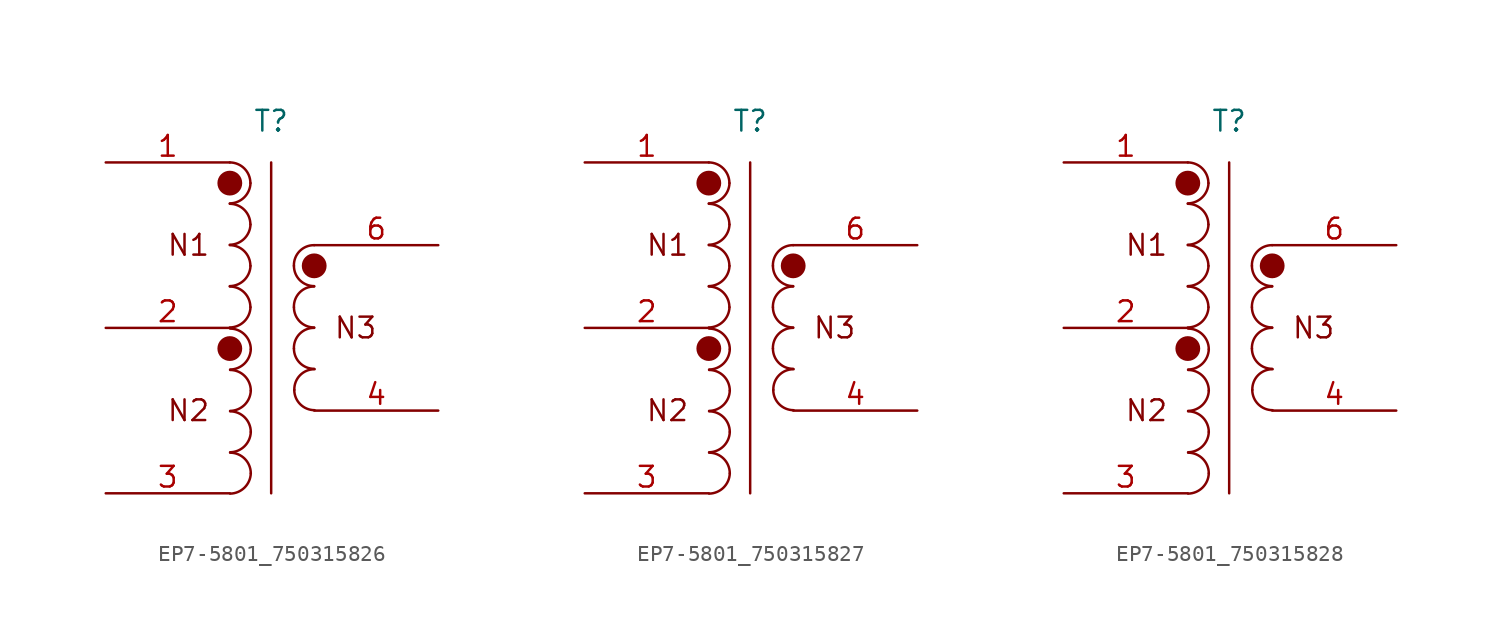
<source format=kicad_sym>
(kicad_symbol_lib
  (version 20220914)
  (generator kicad_symbol_editor)
  (symbol "EP7-5801_750315826"
    (pin_names hide)
    (property "Reference" "T"
      (at 0 12.7 0)
      (effects (font (size 1.27 1.27))))
    (property "Critical Parameter" ""
      (at 0 -5.08 0)
      (effects (font (size 1.27 1.27))))
    (symbol "EP7-5801_750315826_0_1"
      (arc (start -2.54 0.0254) (mid -1.6561 0.3937) (end -1.27 1.27) (stroke (width 0) (type default)) (fill (type none)))
      (arc (start -2.54 2.5654) (mid -1.6561 2.9337) (end -1.27 3.81) (stroke (width 0) (type default)) (fill (type none)))
      (arc (start -2.54 5.1054) (mid -1.6561 5.4737) (end -1.27 6.35) (stroke (width 0) (type default)) (fill (type none)))
      (arc (start -2.54 7.6454) (mid -1.6561 8.0137) (end -1.27 8.89) (stroke (width 0) (type default)) (fill (type none)))
      (arc (start -2.5215 -10.1791) (mid -1.6376 -9.8108) (end -1.2515 -8.9345) (stroke (width 0) (type default)) (fill (type none)))
      (arc (start -2.5215 -7.6391) (mid -1.6376 -7.2708) (end -1.2515 -6.3945) (stroke (width 0) (type default)) (fill (type none)))
      (arc (start -2.5215 -5.0991) (mid -1.6376 -4.7308) (end -1.2515 -3.8545) (stroke (width 0) (type default)) (fill (type none)))
      (arc (start -2.5215 -2.5591) (mid -1.6376 -2.1908) (end -1.2515 -1.3145) (stroke (width 0) (type default)) (fill (type none)))
      (arc (start -1.27 1.27) (mid -1.642 2.168) (end -2.54 2.54) (stroke (width 0) (type default)) (fill (type none)))
      (arc (start -1.27 3.81) (mid -1.642 4.708) (end -2.54 5.08) (stroke (width 0) (type default)) (fill (type none)))
      (arc (start -1.27 6.35) (mid -1.642 7.248) (end -2.54 7.62) (stroke (width 0) (type default)) (fill (type none)))
      (arc (start -1.27 8.89) (mid -1.642 9.788) (end -2.54 10.16) (stroke (width 0) (type default)) (fill (type none)))
      (arc (start -1.2515 -8.9345) (mid -1.6235 -8.0365) (end -2.5215 -7.6645) (stroke (width 0) (type default)) (fill (type none)))
      (arc (start -1.2515 -6.3945) (mid -1.6235 -5.4965) (end -2.5215 -5.1245) (stroke (width 0) (type default)) (fill (type none)))
      (arc (start -1.2515 -3.8545) (mid -1.6235 -2.9565) (end -2.5215 -2.5845) (stroke (width 0) (type default)) (fill (type none)))
      (arc (start -1.2515 -1.3145) (mid -1.6235 -0.4165) (end -2.5215 -0.0445) (stroke (width 0) (type default)) (fill (type none)))
      (polyline (pts (xy 0 10.16) (xy 0 -10.16)) (stroke (width 0) (type default)) (fill (type none)))
      (arc (start 1.397 -1.27) (mid 1.7615 -2.1501) (end 2.6416 -2.5146) (stroke (width 0) (type default)) (fill (type none)))
      (arc (start 1.397 1.27) (mid 1.7615 0.3899) (end 2.6416 0.0254) (stroke (width 0) (type default)) (fill (type none)))
      (arc (start 1.397 3.81) (mid 1.7615 2.9299) (end 2.6416 2.5654) (stroke (width 0) (type default)) (fill (type none)))
      (arc (start 1.4224 -3.81) (mid 1.787 -4.6899) (end 2.667 -5.0546) (stroke (width 0) (type default)) (fill (type none)))
      (arc (start 2.6416 0) (mid 1.7474 -0.3685) (end 1.397 -1.27) (stroke (width 0) (type default)) (fill (type none)))
      (arc (start 2.6416 2.54) (mid 1.7474 2.1715) (end 1.397 1.27) (stroke (width 0) (type default)) (fill (type none)))
      (arc (start 2.6416 5.08) (mid 1.7474 4.7115) (end 1.397 3.81) (stroke (width 0) (type default)) (fill (type none)))
      (arc (start 2.667 -2.54) (mid 1.7725 -2.9083) (end 1.4224 -3.81) (stroke (width 0) (type default)) (fill (type none))))
    (symbol "EP7-5801_750315826_1_1"
      (circle (center -2.54 -1.27) (radius 0.0001) (stroke (width 0.762) (type default)) (fill (type none)))
      (circle (center -2.54 8.89) (radius 0.0001) (stroke (width 0.762) (type default)) (fill (type none)))
      (circle (center 2.642 3.81) (radius 0.0001) (stroke (width 0.762) (type default)) (fill (type none)))
      (text "N1" (at -5.08 5.08 0) (effects (font (size 1.27 1.27))))
      (text "N2" (at -5.08 -5.08 0) (effects (font (size 1.27 1.27))))
      (text "N3" (at 5.182 0 0) (effects (font (size 1.27 1.27))))
      (pin passive line (at -10.16 10.16 0) (length 7.62) (name "1" (effects (font (size 1.27 1.27)))) (number "1" (effects (font (size 1.27 1.27)))))
      (pin passive line (at -10.16 0 0) (length 7.62) (name "2" (effects (font (size 1.27 1.27)))) (number "2" (effects (font (size 1.27 1.27)))))
      (pin passive line (at -10.16 -10.16 0) (length 7.62) (name "3" (effects (font (size 1.27 1.27)))) (number "3" (effects (font (size 1.27 1.27)))))
      (pin passive line (at 10.262 -5.08 180) (length 7.62) (name "4" (effects (font (size 1.27 1.27)))) (number "4" (effects (font (size 1.27 1.27)))))
      (pin passive line (at 10.262 5.08 180) (length 7.62) (name "6" (effects (font (size 1.27 1.27)))) (number "6" (effects (font (size 1.27 1.27)))))))
  (symbol "EP7-5801_750315827"
    (pin_names hide)
    (property "Reference" "T"
      (at 0 12.7 0)
      (effects (font (size 1.27 1.27))))
    (property "Critical Parameter" ""
      (at 0 -5.08 0)
      (effects (font (size 1.27 1.27))))
    (symbol "EP7-5801_750315827_0_1"
      (arc (start -2.54 0.0254) (mid -1.6561 0.3937) (end -1.27 1.27) (stroke (width 0) (type default)) (fill (type none)))
      (arc (start -2.54 2.5654) (mid -1.6561 2.9337) (end -1.27 3.81) (stroke (width 0) (type default)) (fill (type none)))
      (arc (start -2.54 5.1054) (mid -1.6561 5.4737) (end -1.27 6.35) (stroke (width 0) (type default)) (fill (type none)))
      (arc (start -2.54 7.6454) (mid -1.6561 8.0137) (end -1.27 8.89) (stroke (width 0) (type default)) (fill (type none)))
      (arc (start -2.5215 -10.1791) (mid -1.6376 -9.8108) (end -1.2515 -8.9345) (stroke (width 0) (type default)) (fill (type none)))
      (arc (start -2.5215 -7.6391) (mid -1.6376 -7.2708) (end -1.2515 -6.3945) (stroke (width 0) (type default)) (fill (type none)))
      (arc (start -2.5215 -5.0991) (mid -1.6376 -4.7308) (end -1.2515 -3.8545) (stroke (width 0) (type default)) (fill (type none)))
      (arc (start -2.5215 -2.5591) (mid -1.6376 -2.1908) (end -1.2515 -1.3145) (stroke (width 0) (type default)) (fill (type none)))
      (arc (start -1.27 1.27) (mid -1.642 2.168) (end -2.54 2.54) (stroke (width 0) (type default)) (fill (type none)))
      (arc (start -1.27 3.81) (mid -1.642 4.708) (end -2.54 5.08) (stroke (width 0) (type default)) (fill (type none)))
      (arc (start -1.27 6.35) (mid -1.642 7.248) (end -2.54 7.62) (stroke (width 0) (type default)) (fill (type none)))
      (arc (start -1.27 8.89) (mid -1.642 9.788) (end -2.54 10.16) (stroke (width 0) (type default)) (fill (type none)))
      (arc (start -1.2515 -8.9345) (mid -1.6235 -8.0365) (end -2.5215 -7.6645) (stroke (width 0) (type default)) (fill (type none)))
      (arc (start -1.2515 -6.3945) (mid -1.6235 -5.4965) (end -2.5215 -5.1245) (stroke (width 0) (type default)) (fill (type none)))
      (arc (start -1.2515 -3.8545) (mid -1.6235 -2.9565) (end -2.5215 -2.5845) (stroke (width 0) (type default)) (fill (type none)))
      (arc (start -1.2515 -1.3145) (mid -1.6235 -0.4165) (end -2.5215 -0.0445) (stroke (width 0) (type default)) (fill (type none)))
      (polyline (pts (xy 0 10.16) (xy 0 -10.16)) (stroke (width 0) (type default)) (fill (type none)))
      (arc (start 1.397 -1.27) (mid 1.7615 -2.1501) (end 2.6416 -2.5146) (stroke (width 0) (type default)) (fill (type none)))
      (arc (start 1.397 1.27) (mid 1.7615 0.3899) (end 2.6416 0.0254) (stroke (width 0) (type default)) (fill (type none)))
      (arc (start 1.397 3.81) (mid 1.7615 2.9299) (end 2.6416 2.5654) (stroke (width 0) (type default)) (fill (type none)))
      (arc (start 1.4224 -3.81) (mid 1.787 -4.6899) (end 2.667 -5.0546) (stroke (width 0) (type default)) (fill (type none)))
      (arc (start 2.6416 0) (mid 1.7474 -0.3685) (end 1.397 -1.27) (stroke (width 0) (type default)) (fill (type none)))
      (arc (start 2.6416 2.54) (mid 1.7474 2.1715) (end 1.397 1.27) (stroke (width 0) (type default)) (fill (type none)))
      (arc (start 2.6416 5.08) (mid 1.7474 4.7115) (end 1.397 3.81) (stroke (width 0) (type default)) (fill (type none)))
      (arc (start 2.667 -2.54) (mid 1.7725 -2.9083) (end 1.4224 -3.81) (stroke (width 0) (type default)) (fill (type none))))
    (symbol "EP7-5801_750315827_1_1"
      (circle (center -2.54 -1.27) (radius 0.0001) (stroke (width 0.762) (type default)) (fill (type none)))
      (circle (center -2.54 8.89) (radius 0.0001) (stroke (width 0.762) (type default)) (fill (type none)))
      (circle (center 2.642 3.81) (radius 0.0001) (stroke (width 0.762) (type default)) (fill (type none)))
      (text "N1" (at -5.08 5.08 0) (effects (font (size 1.27 1.27))))
      (text "N2" (at -5.08 -5.08 0) (effects (font (size 1.27 1.27))))
      (text "N3" (at 5.182 0 0) (effects (font (size 1.27 1.27))))
      (pin passive line (at -10.16 10.16 0) (length 7.62) (name "1" (effects (font (size 1.27 1.27)))) (number "1" (effects (font (size 1.27 1.27)))))
      (pin passive line (at -10.16 0 0) (length 7.62) (name "2" (effects (font (size 1.27 1.27)))) (number "2" (effects (font (size 1.27 1.27)))))
      (pin passive line (at -10.16 -10.16 0) (length 7.62) (name "3" (effects (font (size 1.27 1.27)))) (number "3" (effects (font (size 1.27 1.27)))))
      (pin passive line (at 10.262 -5.08 180) (length 7.62) (name "4" (effects (font (size 1.27 1.27)))) (number "4" (effects (font (size 1.27 1.27)))))
      (pin passive line (at 10.262 5.08 180) (length 7.62) (name "6" (effects (font (size 1.27 1.27)))) (number "6" (effects (font (size 1.27 1.27)))))))
  (symbol "EP7-5801_750315828"
    (pin_names hide)
    (property "Reference" "T"
      (at 0 12.7 0)
      (effects (font (size 1.27 1.27))))
    (property "Critical Parameter" ""
      (at 0 -5.08 0)
      (effects (font (size 1.27 1.27))))
    (symbol "EP7-5801_750315828_0_1"
      (arc (start -2.54 0.0254) (mid -1.6561 0.3937) (end -1.27 1.27) (stroke (width 0) (type default)) (fill (type none)))
      (arc (start -2.54 2.5654) (mid -1.6561 2.9337) (end -1.27 3.81) (stroke (width 0) (type default)) (fill (type none)))
      (arc (start -2.54 5.1054) (mid -1.6561 5.4737) (end -1.27 6.35) (stroke (width 0) (type default)) (fill (type none)))
      (arc (start -2.54 7.6454) (mid -1.6561 8.0137) (end -1.27 8.89) (stroke (width 0) (type default)) (fill (type none)))
      (arc (start -2.5215 -10.1791) (mid -1.6376 -9.8108) (end -1.2515 -8.9345) (stroke (width 0) (type default)) (fill (type none)))
      (arc (start -2.5215 -7.6391) (mid -1.6376 -7.2708) (end -1.2515 -6.3945) (stroke (width 0) (type default)) (fill (type none)))
      (arc (start -2.5215 -5.0991) (mid -1.6376 -4.7308) (end -1.2515 -3.8545) (stroke (width 0) (type default)) (fill (type none)))
      (arc (start -2.5215 -2.5591) (mid -1.6376 -2.1908) (end -1.2515 -1.3145) (stroke (width 0) (type default)) (fill (type none)))
      (arc (start -1.27 1.27) (mid -1.642 2.168) (end -2.54 2.54) (stroke (width 0) (type default)) (fill (type none)))
      (arc (start -1.27 3.81) (mid -1.642 4.708) (end -2.54 5.08) (stroke (width 0) (type default)) (fill (type none)))
      (arc (start -1.27 6.35) (mid -1.642 7.248) (end -2.54 7.62) (stroke (width 0) (type default)) (fill (type none)))
      (arc (start -1.27 8.89) (mid -1.642 9.788) (end -2.54 10.16) (stroke (width 0) (type default)) (fill (type none)))
      (arc (start -1.2515 -8.9345) (mid -1.6235 -8.0365) (end -2.5215 -7.6645) (stroke (width 0) (type default)) (fill (type none)))
      (arc (start -1.2515 -6.3945) (mid -1.6235 -5.4965) (end -2.5215 -5.1245) (stroke (width 0) (type default)) (fill (type none)))
      (arc (start -1.2515 -3.8545) (mid -1.6235 -2.9565) (end -2.5215 -2.5845) (stroke (width 0) (type default)) (fill (type none)))
      (arc (start -1.2515 -1.3145) (mid -1.6235 -0.4165) (end -2.5215 -0.0445) (stroke (width 0) (type default)) (fill (type none)))
      (polyline (pts (xy 0 10.16) (xy 0 -10.16)) (stroke (width 0) (type default)) (fill (type none)))
      (arc (start 1.397 -1.27) (mid 1.7615 -2.1501) (end 2.6416 -2.5146) (stroke (width 0) (type default)) (fill (type none)))
      (arc (start 1.397 1.27) (mid 1.7615 0.3899) (end 2.6416 0.0254) (stroke (width 0) (type default)) (fill (type none)))
      (arc (start 1.397 3.81) (mid 1.7615 2.9299) (end 2.6416 2.5654) (stroke (width 0) (type default)) (fill (type none)))
      (arc (start 1.4224 -3.81) (mid 1.787 -4.6899) (end 2.667 -5.0546) (stroke (width 0) (type default)) (fill (type none)))
      (arc (start 2.6416 0) (mid 1.7474 -0.3685) (end 1.397 -1.27) (stroke (width 0) (type default)) (fill (type none)))
      (arc (start 2.6416 2.54) (mid 1.7474 2.1715) (end 1.397 1.27) (stroke (width 0) (type default)) (fill (type none)))
      (arc (start 2.6416 5.08) (mid 1.7474 4.7115) (end 1.397 3.81) (stroke (width 0) (type default)) (fill (type none)))
      (arc (start 2.667 -2.54) (mid 1.7725 -2.9083) (end 1.4224 -3.81) (stroke (width 0) (type default)) (fill (type none))))
    (symbol "EP7-5801_750315828_1_1"
      (circle (center -2.54 -1.27) (radius 0.0001) (stroke (width 0.762) (type default)) (fill (type none)))
      (circle (center -2.54 8.89) (radius 0.0001) (stroke (width 0.762) (type default)) (fill (type none)))
      (circle (center 2.642 3.81) (radius 0.0001) (stroke (width 0.762) (type default)) (fill (type none)))
      (text "N1" (at -5.08 5.08 0) (effects (font (size 1.27 1.27))))
      (text "N2" (at -5.08 -5.08 0) (effects (font (size 1.27 1.27))))
      (text "N3" (at 5.182 0 0) (effects (font (size 1.27 1.27))))
      (pin passive line (at -10.16 10.16 0) (length 7.62) (name "1" (effects (font (size 1.27 1.27)))) (number "1" (effects (font (size 1.27 1.27)))))
      (pin passive line (at -10.16 0 0) (length 7.62) (name "2" (effects (font (size 1.27 1.27)))) (number "2" (effects (font (size 1.27 1.27)))))
      (pin passive line (at -10.16 -10.16 0) (length 7.62) (name "3" (effects (font (size 1.27 1.27)))) (number "3" (effects (font (size 1.27 1.27)))))
      (pin passive line (at 10.262 -5.08 180) (length 7.62) (name "4" (effects (font (size 1.27 1.27)))) (number "4" (effects (font (size 1.27 1.27)))))
      (pin passive line (at 10.262 5.08 180) (length 7.62) (name "6" (effects (font (size 1.27 1.27)))) (number "6" (effects (font (size 1.27 1.27))))))))
</source>
